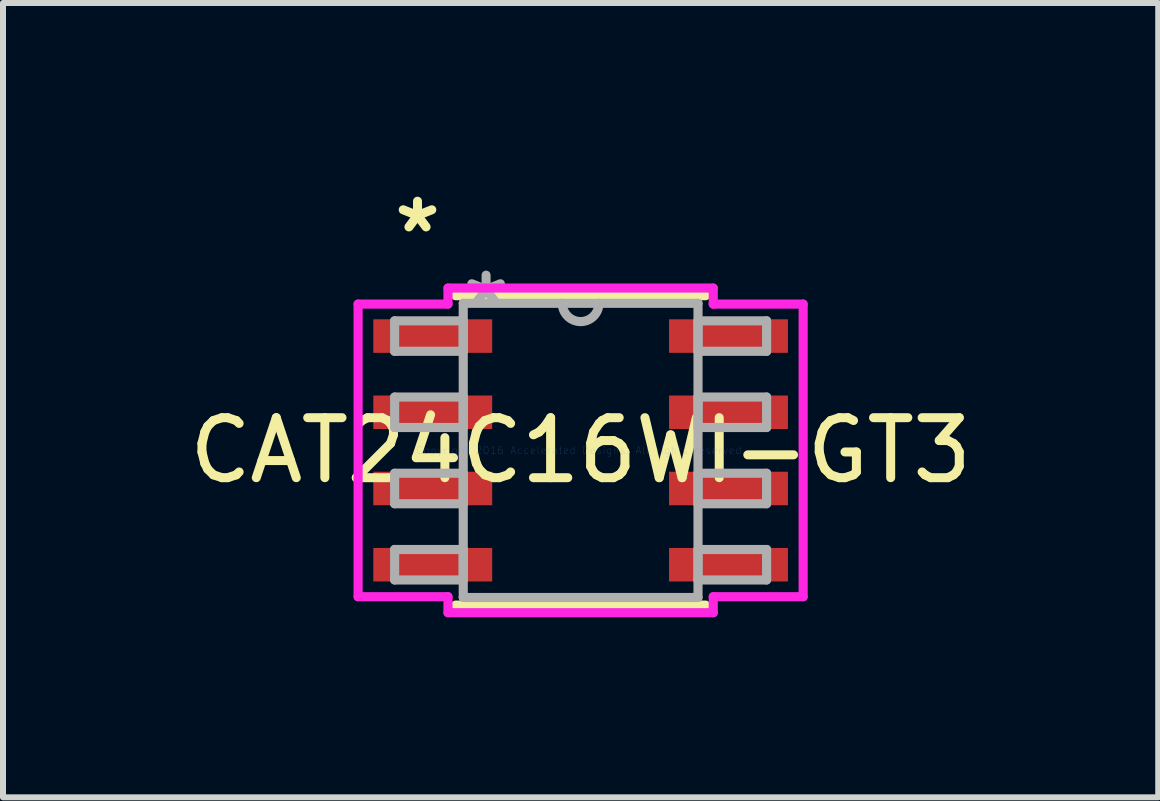
<source format=kicad_pcb>
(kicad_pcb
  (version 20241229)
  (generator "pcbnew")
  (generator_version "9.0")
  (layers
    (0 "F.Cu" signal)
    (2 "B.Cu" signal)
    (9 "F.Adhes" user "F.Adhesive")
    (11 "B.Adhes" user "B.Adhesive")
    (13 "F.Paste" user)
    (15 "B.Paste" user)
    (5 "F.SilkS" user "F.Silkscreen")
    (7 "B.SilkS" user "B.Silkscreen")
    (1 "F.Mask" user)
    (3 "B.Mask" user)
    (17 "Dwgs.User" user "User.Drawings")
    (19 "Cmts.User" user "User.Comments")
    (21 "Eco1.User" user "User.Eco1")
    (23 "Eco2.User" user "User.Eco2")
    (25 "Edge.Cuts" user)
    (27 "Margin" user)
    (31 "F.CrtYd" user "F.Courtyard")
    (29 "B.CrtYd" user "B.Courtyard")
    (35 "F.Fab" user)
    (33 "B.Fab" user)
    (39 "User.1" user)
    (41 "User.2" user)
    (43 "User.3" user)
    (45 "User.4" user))
  (footprint "CAT24C16WI-GT3"
    (layer "F.Cu")
    (at 6.625 4.455)
    (property "Reference" "CAT24C16WI-GT3" (at 0 0 0) (layer "F.SilkS") (effects (font (size 1 1) (thickness 0.15))))
    (attr through_hole)
    (fp_line (start -2.083 2.578) (end 2.083 2.578) (stroke (width 0.152) (type solid)) (layer "F.SilkS"))
    (fp_line (start 2.083 -2.578) (end -2.083 -2.578) (stroke (width 0.152) (type solid)) (layer "F.SilkS"))
    (fp_line (start -3.708 -2.438) (end -2.21 -2.438) (stroke (width 0.152) (type solid)) (layer "F.CrtYd"))
    (fp_line (start -3.708 2.438) (end -3.708 -2.438) (stroke (width 0.152) (type solid)) (layer "F.CrtYd"))
    (fp_line (start -2.21 -2.705) (end 2.21 -2.705) (stroke (width 0.152) (type solid)) (layer "F.CrtYd"))
    (fp_line (start -2.21 -2.438) (end -2.21 -2.705) (stroke (width 0.152) (type solid)) (layer "F.CrtYd"))
    (fp_line (start -2.21 2.438) (end -3.708 2.438) (stroke (width 0.152) (type solid)) (layer "F.CrtYd"))
    (fp_line (start -2.21 2.705) (end -2.21 2.438) (stroke (width 0.152) (type solid)) (layer "F.CrtYd"))
    (fp_line (start 2.21 -2.705) (end 2.21 -2.438) (stroke (width 0.152) (type solid)) (layer "F.CrtYd"))
    (fp_line (start 2.21 -2.438) (end 3.708 -2.438) (stroke (width 0.152) (type solid)) (layer "F.CrtYd"))
    (fp_line (start 2.21 2.438) (end 2.21 2.705) (stroke (width 0.152) (type solid)) (layer "F.CrtYd"))
    (fp_line (start 2.21 2.705) (end -2.21 2.705) (stroke (width 0.152) (type solid)) (layer "F.CrtYd"))
    (fp_line (start 3.708 -2.438) (end 3.708 2.438) (stroke (width 0.152) (type solid)) (layer "F.CrtYd"))
    (fp_line (start 3.708 2.438) (end 2.21 2.438) (stroke (width 0.152) (type solid)) (layer "F.CrtYd"))
    (fp_line (start -3.099 -2.159) (end -3.099 -1.651) (stroke (width 0.152) (type solid)) (layer "F.Fab"))
    (fp_line (start -3.099 -1.651) (end -1.956 -1.651) (stroke (width 0.152) (type solid)) (layer "F.Fab"))
    (fp_line (start -3.099 -0.889) (end -3.099 -0.381) (stroke (width 0.152) (type solid)) (layer "F.Fab"))
    (fp_line (start -3.099 -0.381) (end -1.956 -0.381) (stroke (width 0.152) (type solid)) (layer "F.Fab"))
    (fp_line (start -3.099 0.381) (end -3.099 0.889) (stroke (width 0.152) (type solid)) (layer "F.Fab"))
    (fp_line (start -3.099 0.889) (end -1.956 0.889) (stroke (width 0.152) (type solid)) (layer "F.Fab"))
    (fp_line (start -3.099 1.651) (end -3.099 2.159) (stroke (width 0.152) (type solid)) (layer "F.Fab"))
    (fp_line (start -3.099 2.159) (end -1.956 2.159) (stroke (width 0.152) (type solid)) (layer "F.Fab"))
    (fp_line (start -1.956 -2.451) (end -1.956 2.451) (stroke (width 0.152) (type solid)) (layer "F.Fab"))
    (fp_line (start -1.956 -2.159) (end -3.099 -2.159) (stroke (width 0.152) (type solid)) (layer "F.Fab"))
    (fp_line (start -1.956 -1.651) (end -1.956 -2.159) (stroke (width 0.152) (type solid)) (layer "F.Fab"))
    (fp_line (start -1.956 -0.889) (end -3.099 -0.889) (stroke (width 0.152) (type solid)) (layer "F.Fab"))
    (fp_line (start -1.956 -0.381) (end -1.956 -0.889) (stroke (width 0.152) (type solid)) (layer "F.Fab"))
    (fp_line (start -1.956 0.381) (end -3.099 0.381) (stroke (width 0.152) (type solid)) (layer "F.Fab"))
    (fp_line (start -1.956 0.889) (end -1.956 0.381) (stroke (width 0.152) (type solid)) (layer "F.Fab"))
    (fp_line (start -1.956 1.651) (end -3.099 1.651) (stroke (width 0.152) (type solid)) (layer "F.Fab"))
    (fp_line (start -1.956 2.159) (end -1.956 1.651) (stroke (width 0.152) (type solid)) (layer "F.Fab"))
    (fp_line (start -1.956 2.451) (end 1.956 2.451) (stroke (width 0.152) (type solid)) (layer "F.Fab"))
    (fp_line (start 1.956 -2.451) (end -1.956 -2.451) (stroke (width 0.152) (type solid)) (layer "F.Fab"))
    (fp_line (start 1.956 -2.159) (end 1.956 -1.651) (stroke (width 0.152) (type solid)) (layer "F.Fab"))
    (fp_line (start 1.956 -1.651) (end 3.099 -1.651) (stroke (width 0.152) (type solid)) (layer "F.Fab"))
    (fp_line (start 1.956 -0.889) (end 1.956 -0.381) (stroke (width 0.152) (type solid)) (layer "F.Fab"))
    (fp_line (start 1.956 -0.381) (end 3.099 -0.381) (stroke (width 0.152) (type solid)) (layer "F.Fab"))
    (fp_line (start 1.956 0.381) (end 1.956 0.889) (stroke (width 0.152) (type solid)) (layer "F.Fab"))
    (fp_line (start 1.956 0.889) (end 3.099 0.889) (stroke (width 0.152) (type solid)) (layer "F.Fab"))
    (fp_line (start 1.956 1.651) (end 1.956 2.159) (stroke (width 0.152) (type solid)) (layer "F.Fab"))
    (fp_line (start 1.956 2.159) (end 3.099 2.159) (stroke (width 0.152) (type solid)) (layer "F.Fab"))
    (fp_line (start 1.956 2.451) (end 1.956 -2.451) (stroke (width 0.152) (type solid)) (layer "F.Fab"))
    (fp_line (start 3.099 -2.159) (end 1.956 -2.159) (stroke (width 0.152) (type solid)) (layer "F.Fab"))
    (fp_line (start 3.099 -1.651) (end 3.099 -2.159) (stroke (width 0.152) (type solid)) (layer "F.Fab"))
    (fp_line (start 3.099 -0.889) (end 1.956 -0.889) (stroke (width 0.152) (type solid)) (layer "F.Fab"))
    (fp_line (start 3.099 -0.381) (end 3.099 -0.889) (stroke (width 0.152) (type solid)) (layer "F.Fab"))
    (fp_line (start 3.099 0.381) (end 1.956 0.381) (stroke (width 0.152) (type solid)) (layer "F.Fab"))
    (fp_line (start 3.099 0.889) (end 3.099 0.381) (stroke (width 0.152) (type solid)) (layer "F.Fab"))
    (fp_line (start 3.099 1.651) (end 1.956 1.651) (stroke (width 0.152) (type solid)) (layer "F.Fab"))
    (fp_line (start 3.099 2.159) (end 3.099 1.651) (stroke (width 0.152) (type solid)) (layer "F.Fab"))
    (fp_arc (start 0.3048 -2.4511) (mid 0 -2.1463) (end -0.3048 -2.4511) (stroke (width 0.1524) (type solid)) (layer "F.Fab"))
    (fp_text user "*" (at -2.718 -3.607 0) (layer "F.SilkS") (effects (font (size 1 1) (thickness 0.15))))
    (fp_text user "Copyright 2016 Accelerated Designs. All rights reserved." (at 0 0 0) (layer "Cmts.User") (effects (font (size 0.127 0.127) (thickness 0.002))))
    (fp_text user "*" (at -1.575 -2.375 0) (layer "F.Fab") (effects (font (size 1 1) (thickness 0.15))))
    (pad "1" smd rect (at -2.464 -1.905) (size 1.981 0.559) (layers "F.Cu" "F.Mask" "F.Paste"))
    (pad "2" smd rect (at -2.464 -0.635) (size 1.981 0.559) (layers "F.Cu" "F.Mask" "F.Paste"))
    (pad "3" smd rect (at -2.464 0.635) (size 1.981 0.559) (layers "F.Cu" "F.Mask" "F.Paste"))
    (pad "4" smd rect (at -2.464 1.905) (size 1.981 0.559) (layers "F.Cu" "F.Mask" "F.Paste"))
    (pad "5" smd rect (at 2.464 1.905) (size 1.981 0.559) (layers "F.Cu" "F.Mask" "F.Paste"))
    (pad "6" smd rect (at 2.464 0.635) (size 1.981 0.559) (layers "F.Cu" "F.Mask" "F.Paste"))
    (pad "7" smd rect (at 2.464 -0.635) (size 1.981 0.559) (layers "F.Cu" "F.Mask" "F.Paste"))
    (pad "8" smd rect (at 2.464 -1.905) (size 1.981 0.559) (layers "F.Cu" "F.Mask" "F.Paste")))
  (gr_rect
    (start -3 -3)
    (end 16.25 10.236)
    (stroke (width 0.1) (type default))
    (fill no)
    (layer "Edge.Cuts")))
</source>
